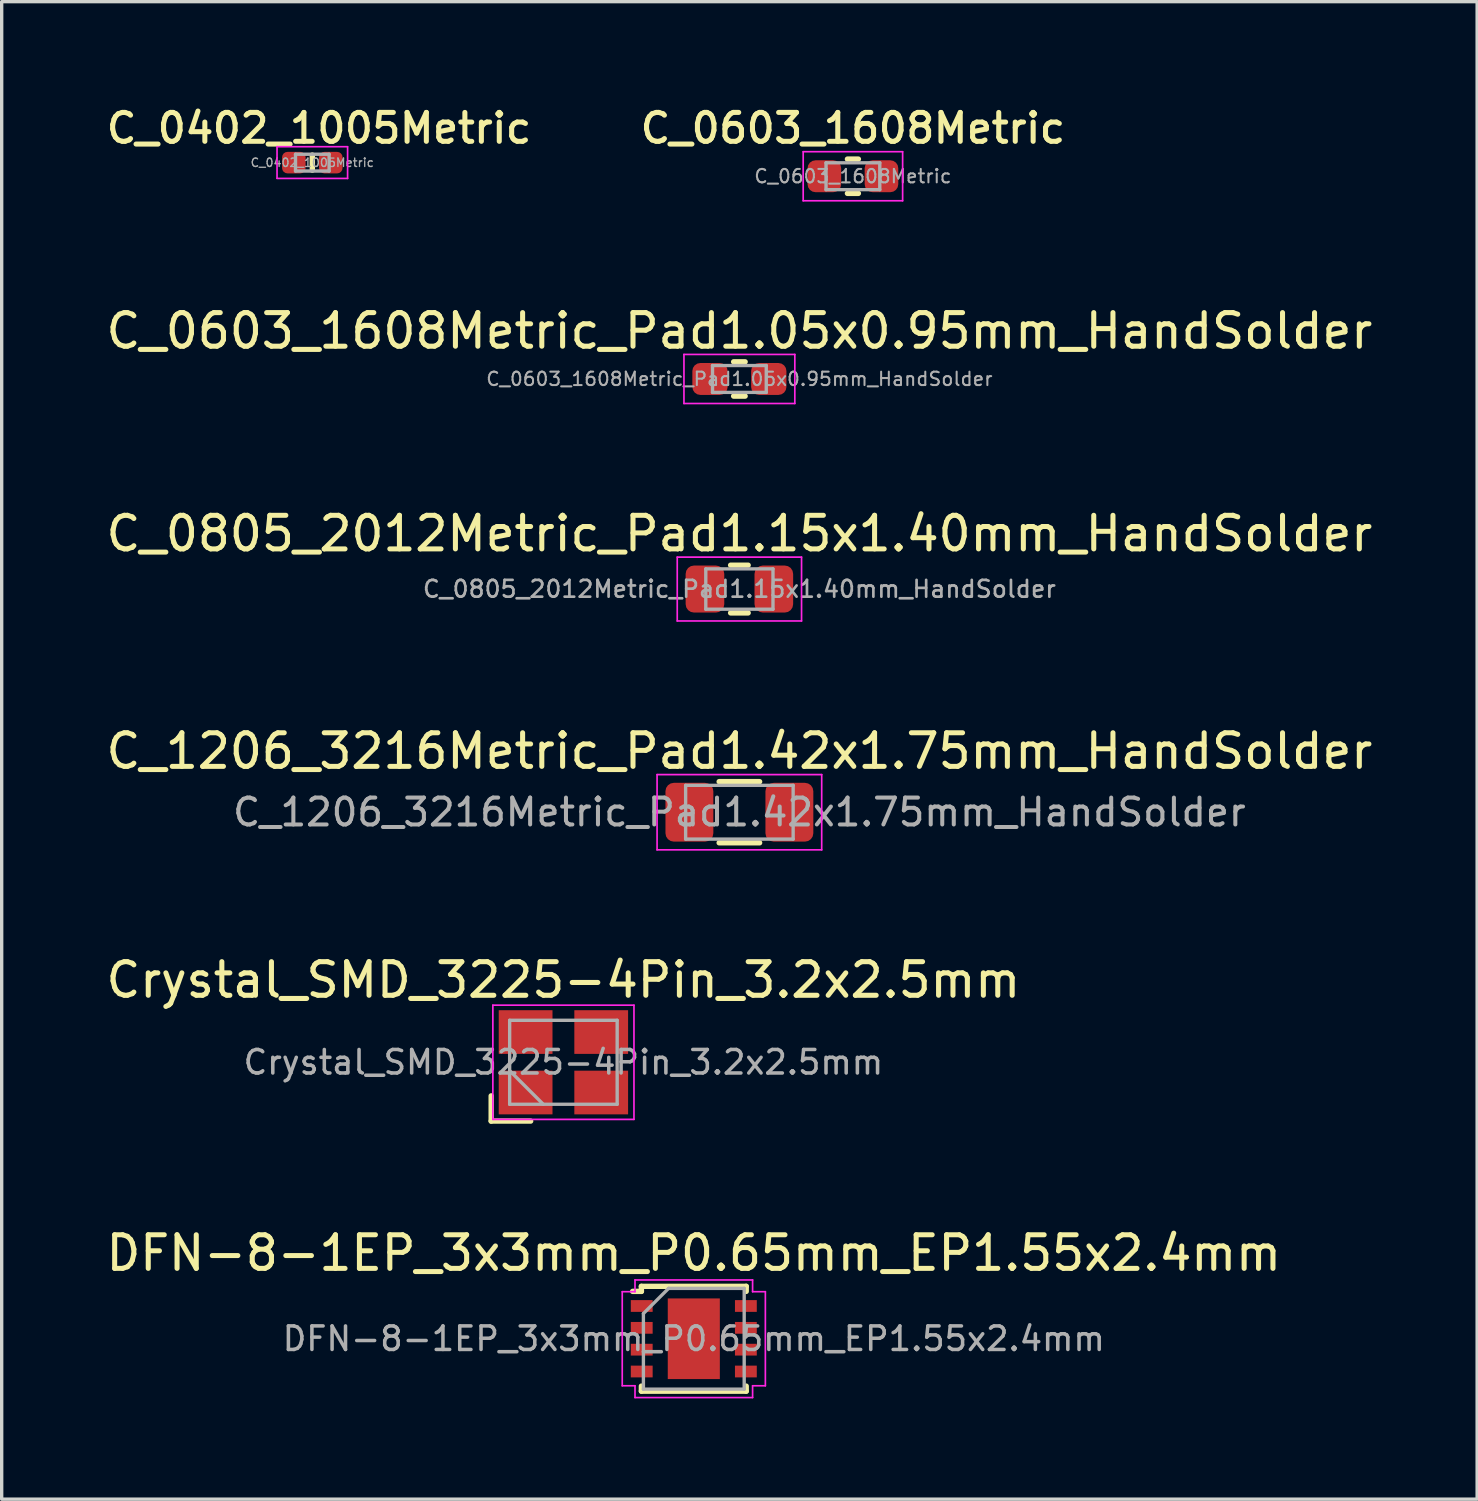
<source format=kicad_pcb>
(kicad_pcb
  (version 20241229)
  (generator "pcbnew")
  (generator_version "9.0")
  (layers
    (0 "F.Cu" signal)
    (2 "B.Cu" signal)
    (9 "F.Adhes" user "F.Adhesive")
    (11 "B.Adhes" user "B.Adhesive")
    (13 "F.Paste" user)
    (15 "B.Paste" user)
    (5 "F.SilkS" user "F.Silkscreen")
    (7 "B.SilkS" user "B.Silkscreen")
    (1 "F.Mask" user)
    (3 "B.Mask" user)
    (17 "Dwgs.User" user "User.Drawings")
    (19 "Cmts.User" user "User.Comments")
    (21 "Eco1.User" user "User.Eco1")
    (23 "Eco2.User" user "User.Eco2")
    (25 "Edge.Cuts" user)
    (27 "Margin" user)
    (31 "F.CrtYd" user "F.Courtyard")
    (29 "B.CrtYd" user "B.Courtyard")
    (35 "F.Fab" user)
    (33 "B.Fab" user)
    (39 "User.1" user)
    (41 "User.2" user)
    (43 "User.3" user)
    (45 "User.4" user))
  (footprint "C_0603_1608Metric_Pad1.05x0.95mm_HandSolder"
    (layer "F.Cu")
    (at 18.958 8.23)
    (property "Reference" "C_0603_1608Metric_Pad1.05x0.95mm_HandSolder" (at 0 -1.43 0) (layer "F.SilkS") (effects (font (size 1 1) (thickness 0.15))))
    (attr smd)
    (fp_line (start -0.171 -0.51) (end 0.171 -0.51) (stroke (width 0.16) (type solid)) (layer "F.SilkS"))
    (fp_line (start -0.171 0.51) (end 0.171 0.51) (stroke (width 0.16) (type solid)) (layer "F.SilkS"))
    (fp_line (start -1.65 -0.73) (end 1.65 -0.73) (stroke (width 0.05) (type solid)) (layer "F.CrtYd"))
    (fp_line (start -1.65 0.73) (end -1.65 -0.73) (stroke (width 0.05) (type solid)) (layer "F.CrtYd"))
    (fp_line (start 1.65 -0.73) (end 1.65 0.73) (stroke (width 0.05) (type solid)) (layer "F.CrtYd"))
    (fp_line (start 1.65 0.73) (end -1.65 0.73) (stroke (width 0.05) (type solid)) (layer "F.CrtYd"))
    (fp_line (start -0.8 -0.4) (end 0.8 -0.4) (stroke (width 0.1) (type solid)) (layer "F.Fab"))
    (fp_line (start -0.8 0.4) (end -0.8 -0.4) (stroke (width 0.1) (type solid)) (layer "F.Fab"))
    (fp_line (start 0.8 -0.4) (end 0.8 0.4) (stroke (width 0.1) (type solid)) (layer "F.Fab"))
    (fp_line (start 0.8 0.4) (end -0.8 0.4) (stroke (width 0.1) (type solid)) (layer "F.Fab"))
    (fp_text user "${REFERENCE}" (at 0 0 0) (layer "F.Fab") (effects (font (size 0.4 0.4) (thickness 0.06))))
    (pad "1" smd roundrect (at -0.875 0) (size 1.05 0.95) (layers "F.Cu" "F.Mask" "F.Paste") (roundrect_rratio 0.25))
    (pad "2" smd roundrect (at 0.875 0) (size 1.05 0.95) (layers "F.Cu" "F.Mask" "F.Paste") (roundrect_rratio 0.25)))
  (footprint "C_1206_3216Metric_Pad1.42x1.75mm_HandSolder"
    (layer "F.Cu")
    (at 18.958 21.126)
    (property "Reference" "C_1206_3216Metric_Pad1.42x1.75mm_HandSolder" (at 0 -1.82 0) (layer "F.SilkS") (effects (font (size 1 1) (thickness 0.15))))
    (attr smd)
    (fp_line (start -0.602 -0.91) (end 0.602 -0.91) (stroke (width 0.16) (type solid)) (layer "F.SilkS"))
    (fp_line (start -0.602 0.91) (end 0.602 0.91) (stroke (width 0.16) (type solid)) (layer "F.SilkS"))
    (fp_line (start -2.45 -1.12) (end 2.45 -1.12) (stroke (width 0.05) (type solid)) (layer "F.CrtYd"))
    (fp_line (start -2.45 1.12) (end -2.45 -1.12) (stroke (width 0.05) (type solid)) (layer "F.CrtYd"))
    (fp_line (start 2.45 -1.12) (end 2.45 1.12) (stroke (width 0.05) (type solid)) (layer "F.CrtYd"))
    (fp_line (start 2.45 1.12) (end -2.45 1.12) (stroke (width 0.05) (type solid)) (layer "F.CrtYd"))
    (fp_line (start -1.6 -0.8) (end 1.6 -0.8) (stroke (width 0.1) (type solid)) (layer "F.Fab"))
    (fp_line (start -1.6 0.8) (end -1.6 -0.8) (stroke (width 0.1) (type solid)) (layer "F.Fab"))
    (fp_line (start 1.6 -0.8) (end 1.6 0.8) (stroke (width 0.1) (type solid)) (layer "F.Fab"))
    (fp_line (start 1.6 0.8) (end -1.6 0.8) (stroke (width 0.1) (type solid)) (layer "F.Fab"))
    (fp_text user "${REFERENCE}" (at 0 0 0) (layer "F.Fab") (effects (font (size 0.8 0.8) (thickness 0.12))))
    (pad "1" smd roundrect (at -1.488 0) (size 1.425 1.75) (layers "F.Cu" "F.Mask" "F.Paste") (roundrect_rratio 0.175))
    (pad "2" smd roundrect (at 1.488 0) (size 1.425 1.75) (layers "F.Cu" "F.Mask" "F.Paste") (roundrect_rratio 0.175)))
  (footprint "DFN-8-1EP_3x3mm_P0.65mm_EP1.55x2.4mm"
    (layer "F.Cu")
    (at 17.601 36.798)
    (property "Reference" "DFN-8-1EP_3x3mm_P0.65mm_EP1.55x2.4mm" (at 0 -2.55 0) (layer "F.SilkS") (effects (font (size 1 1) (thickness 0.15))))
    (attr smd)
    (fp_line (start -1.56 -1.56) (end -1.56 -1.41) (stroke (width 0.16) (type solid)) (layer "F.SilkS"))
    (fp_line (start -1.56 -1.56) (end 1.56 -1.56) (stroke (width 0.16) (type solid)) (layer "F.SilkS"))
    (fp_line (start -1.56 -1.41) (end -1.82 -1.41) (stroke (width 0.16) (type solid)) (layer "F.SilkS"))
    (fp_line (start -1.56 1.56) (end -1.56 1.41) (stroke (width 0.16) (type solid)) (layer "F.SilkS"))
    (fp_line (start -1.56 1.56) (end 1.56 1.56) (stroke (width 0.16) (type solid)) (layer "F.SilkS"))
    (fp_line (start 1.56 -1.56) (end 1.56 -1.41) (stroke (width 0.16) (type solid)) (layer "F.SilkS"))
    (fp_line (start 1.56 1.56) (end 1.56 1.41) (stroke (width 0.16) (type solid)) (layer "F.SilkS"))
    (fp_line (start -2.13 -1.4) (end -2.13 1.4) (stroke (width 0.05) (type solid)) (layer "F.CrtYd"))
    (fp_line (start -1.75 -1.75) (end -1.75 -1.4) (stroke (width 0.05) (type solid)) (layer "F.CrtYd"))
    (fp_line (start -1.75 -1.75) (end 1.75 -1.75) (stroke (width 0.05) (type solid)) (layer "F.CrtYd"))
    (fp_line (start -1.75 -1.4) (end -2.13 -1.4) (stroke (width 0.05) (type solid)) (layer "F.CrtYd"))
    (fp_line (start -1.75 1.4) (end -2.13 1.4) (stroke (width 0.05) (type solid)) (layer "F.CrtYd"))
    (fp_line (start -1.75 1.75) (end -1.75 1.4) (stroke (width 0.05) (type solid)) (layer "F.CrtYd"))
    (fp_line (start -1.75 1.75) (end 1.75 1.75) (stroke (width 0.05) (type solid)) (layer "F.CrtYd"))
    (fp_line (start 1.75 -1.75) (end 1.75 -1.4) (stroke (width 0.05) (type solid)) (layer "F.CrtYd"))
    (fp_line (start 1.75 -1.4) (end 2.13 -1.4) (stroke (width 0.05) (type solid)) (layer "F.CrtYd"))
    (fp_line (start 1.75 1.4) (end 2.13 1.4) (stroke (width 0.05) (type solid)) (layer "F.CrtYd"))
    (fp_line (start 1.75 1.75) (end 1.75 1.4) (stroke (width 0.05) (type solid)) (layer "F.CrtYd"))
    (fp_line (start 2.13 -1.4) (end 2.13 1.4) (stroke (width 0.05) (type solid)) (layer "F.CrtYd"))
    (fp_line (start -1.5 -0.75) (end -0.75 -1.5) (stroke (width 0.1) (type solid)) (layer "F.Fab"))
    (fp_line (start -1.5 1.5) (end -1.5 -0.75) (stroke (width 0.1) (type solid)) (layer "F.Fab"))
    (fp_line (start -0.75 -1.5) (end 1.5 -1.5) (stroke (width 0.1) (type solid)) (layer "F.Fab"))
    (fp_line (start 1.5 -1.5) (end 1.5 1.5) (stroke (width 0.1) (type solid)) (layer "F.Fab"))
    (fp_line (start 1.5 1.5) (end -1.5 1.5) (stroke (width 0.1) (type solid)) (layer "F.Fab"))
    (fp_text user "${REFERENCE}" (at 0 0 0) (layer "F.Fab") (effects (font (size 0.7 0.7) (thickness 0.105))))
    (pad "" smd rect (at -0.388 -0.6) (size 0.6 1) (layers "F.Paste"))
    (pad "" smd rect (at -0.388 0.6) (size 0.6 1) (layers "F.Paste"))
    (pad "" smd rect (at 0.388 -0.6) (size 0.6 1) (layers "F.Paste"))
    (pad "" smd rect (at 0.388 0.6) (size 0.6 1) (layers "F.Paste"))
    (pad "1" smd rect (at -1.55 -0.975) (size 0.65 0.35) (layers "F.Cu" "F.Mask" "F.Paste"))
    (pad "2" smd rect (at -1.55 -0.325) (size 0.65 0.35) (layers "F.Cu" "F.Mask" "F.Paste"))
    (pad "3" smd rect (at -1.55 0.325) (size 0.65 0.35) (layers "F.Cu" "F.Mask" "F.Paste"))
    (pad "4" smd rect (at -1.55 0.975) (size 0.65 0.35) (layers "F.Cu" "F.Mask" "F.Paste"))
    (pad "5" smd rect (at 1.55 0.975) (size 0.65 0.35) (layers "F.Cu" "F.Mask" "F.Paste"))
    (pad "6" smd rect (at 1.55 0.325) (size 0.65 0.35) (layers "F.Cu" "F.Mask" "F.Paste"))
    (pad "7" smd rect (at 1.55 -0.325) (size 0.65 0.35) (layers "F.Cu" "F.Mask" "F.Paste"))
    (pad "8" smd rect (at 1.55 -0.975) (size 0.65 0.35) (layers "F.Cu" "F.Mask" "F.Paste"))
    (pad "9" smd rect (at 0 0) (size 1.55 2.4) (layers "F.Cu" "F.Mask")))
  (footprint "C_0402_1005Metric"
    (layer "F.Cu")
    (at 6.246 1.791)
    (property "Reference" "C_0402_1005Metric" (at 0.2 -1.025 0) (layer "F.SilkS") (effects (font (size 0.86 0.86) (thickness 0.15))))
    (attr smd)
    (fp_line (start 0 -0.225) (end 0 0.225) (stroke (width 0.16) (type solid)) (layer "F.SilkS"))
    (fp_line (start -1.05 -0.475) (end 1.05 -0.475) (stroke (width 0.05) (type solid)) (layer "F.CrtYd"))
    (fp_line (start -1.05 0.465) (end -1.05 -0.475) (stroke (width 0.05) (type solid)) (layer "F.CrtYd"))
    (fp_line (start 1.05 -0.47) (end 1.05 0.47) (stroke (width 0.05) (type solid)) (layer "F.CrtYd"))
    (fp_line (start 1.05 0.47) (end -1.05 0.47) (stroke (width 0.05) (type solid)) (layer "F.CrtYd"))
    (fp_line (start -0.5 -0.25) (end 0.5 -0.25) (stroke (width 0.1) (type solid)) (layer "F.Fab"))
    (fp_line (start -0.5 0.25) (end -0.5 -0.25) (stroke (width 0.1) (type solid)) (layer "F.Fab"))
    (fp_line (start 0.5 -0.25) (end 0.5 0.25) (stroke (width 0.1) (type solid)) (layer "F.Fab"))
    (fp_line (start 0.5 0.25) (end -0.5 0.25) (stroke (width 0.1) (type solid)) (layer "F.Fab"))
    (fp_text user "${REFERENCE}" (at 0 0 0) (layer "F.Fab") (effects (font (size 0.25 0.25) (thickness 0.04))))
    (pad "1" smd roundrect (at -0.55 0) (size 0.7 0.64) (layers "F.Cu" "F.Mask" "F.Paste") (roundrect_rratio 0.25))
    (pad "2" smd roundrect (at 0.55 0) (size 0.7 0.64) (layers "F.Cu" "F.Mask" "F.Paste") (roundrect_rratio 0.25)))
  (footprint "C_0603_1608Metric"
    (layer "F.Cu")
    (at 22.337 2.196)
    (property "Reference" "C_0603_1608Metric" (at 0 -1.43 0) (layer "F.SilkS") (effects (font (size 0.86 0.86) (thickness 0.15))))
    (attr smd)
    (fp_line (start -0.163 -0.51) (end 0.163 -0.51) (stroke (width 0.16) (type solid)) (layer "F.SilkS"))
    (fp_line (start -0.163 0.51) (end 0.163 0.51) (stroke (width 0.16) (type solid)) (layer "F.SilkS"))
    (fp_line (start -1.48 -0.73) (end 1.48 -0.73) (stroke (width 0.05) (type solid)) (layer "F.CrtYd"))
    (fp_line (start -1.48 0.73) (end -1.48 -0.73) (stroke (width 0.05) (type solid)) (layer "F.CrtYd"))
    (fp_line (start 1.48 -0.73) (end 1.48 0.73) (stroke (width 0.05) (type solid)) (layer "F.CrtYd"))
    (fp_line (start 1.48 0.73) (end -1.48 0.73) (stroke (width 0.05) (type solid)) (layer "F.CrtYd"))
    (fp_line (start -0.8 -0.4) (end 0.8 -0.4) (stroke (width 0.1) (type solid)) (layer "F.Fab"))
    (fp_line (start -0.8 0.4) (end -0.8 -0.4) (stroke (width 0.1) (type solid)) (layer "F.Fab"))
    (fp_line (start 0.8 -0.4) (end 0.8 0.4) (stroke (width 0.1) (type solid)) (layer "F.Fab"))
    (fp_line (start 0.8 0.4) (end -0.8 0.4) (stroke (width 0.1) (type solid)) (layer "F.Fab"))
    (fp_text user "${REFERENCE}" (at 0 0 0) (layer "F.Fab") (effects (font (size 0.4 0.4) (thickness 0.06))))
    (pad "1" smd roundrect (at -0.85 0) (size 1 0.95) (layers "F.Cu" "F.Mask" "F.Paste") (roundrect_rratio 0.25))
    (pad "2" smd roundrect (at 0.85 0) (size 1 0.95) (layers "F.Cu" "F.Mask" "F.Paste") (roundrect_rratio 0.25)))
  (footprint "Crystal_SMD_3225-4Pin_3.2x2.5mm"
    (layer "F.Cu")
    (at 13.72 28.569)
    (property "Reference" "Crystal_SMD_3225-4Pin_3.2x2.5mm" (at 0 -2.45 0) (layer "F.SilkS") (effects (font (size 1 1) (thickness 0.15))))
    (attr smd)
    (fp_line (start -2.15 1) (end -2.15 1.75) (stroke (width 0.16) (type solid)) (layer "F.SilkS"))
    (fp_line (start -2.15 1.75) (end -0.975 1.75) (stroke (width 0.16) (type solid)) (layer "F.SilkS"))
    (fp_line (start -2.1 -1.7) (end -2.1 1.7) (stroke (width 0.05) (type solid)) (layer "F.CrtYd"))
    (fp_line (start -2.1 1.7) (end 2.1 1.7) (stroke (width 0.05) (type solid)) (layer "F.CrtYd"))
    (fp_line (start 2.1 -1.7) (end -2.1 -1.7) (stroke (width 0.05) (type solid)) (layer "F.CrtYd"))
    (fp_line (start 2.1 1.7) (end 2.1 -1.7) (stroke (width 0.05) (type solid)) (layer "F.CrtYd"))
    (fp_line (start -1.6 -1.25) (end -1.6 1.25) (stroke (width 0.1) (type solid)) (layer "F.Fab"))
    (fp_line (start -1.6 0.25) (end -0.6 1.25) (stroke (width 0.1) (type solid)) (layer "F.Fab"))
    (fp_line (start -1.6 1.25) (end 1.6 1.25) (stroke (width 0.1) (type solid)) (layer "F.Fab"))
    (fp_line (start 1.6 -1.25) (end -1.6 -1.25) (stroke (width 0.1) (type solid)) (layer "F.Fab"))
    (fp_line (start 1.6 1.25) (end 1.6 -1.25) (stroke (width 0.1) (type solid)) (layer "F.Fab"))
    (fp_text user "${REFERENCE}" (at 0 0 0) (layer "F.Fab") (effects (font (size 0.7 0.7) (thickness 0.105))))
    (pad "1" smd rect (at -1.125 0.9) (size 1.6 1.3) (layers "F.Cu" "F.Mask" "F.Paste"))
    (pad "2" smd rect (at 1.125 0.9) (size 1.6 1.3) (layers "F.Cu" "F.Mask" "F.Paste"))
    (pad "3" smd rect (at 1.125 -0.9) (size 1.6 1.3) (layers "F.Cu" "F.Mask" "F.Paste"))
    (pad "4" smd rect (at -1.125 -0.9) (size 1.6 1.3) (layers "F.Cu" "F.Mask" "F.Paste")))
  (footprint "C_0805_2012Metric_Pad1.15x1.40mm_HandSolder"
    (layer "F.Cu")
    (at 18.958 14.483)
    (property "Reference" "C_0805_2012Metric_Pad1.15x1.40mm_HandSolder" (at 0 -1.65 0) (layer "F.SilkS") (effects (font (size 1 1) (thickness 0.15))))
    (attr smd)
    (fp_line (start -0.261 -0.71) (end 0.261 -0.71) (stroke (width 0.16) (type solid)) (layer "F.SilkS"))
    (fp_line (start -0.261 0.71) (end 0.261 0.71) (stroke (width 0.16) (type solid)) (layer "F.SilkS"))
    (fp_line (start -1.85 -0.95) (end 1.85 -0.95) (stroke (width 0.05) (type solid)) (layer "F.CrtYd"))
    (fp_line (start -1.85 0.95) (end -1.85 -0.95) (stroke (width 0.05) (type solid)) (layer "F.CrtYd"))
    (fp_line (start 1.85 -0.95) (end 1.85 0.95) (stroke (width 0.05) (type solid)) (layer "F.CrtYd"))
    (fp_line (start 1.85 0.95) (end -1.85 0.95) (stroke (width 0.05) (type solid)) (layer "F.CrtYd"))
    (fp_line (start -1 -0.6) (end 1 -0.6) (stroke (width 0.1) (type solid)) (layer "F.Fab"))
    (fp_line (start -1 0.6) (end -1 -0.6) (stroke (width 0.1) (type solid)) (layer "F.Fab"))
    (fp_line (start 1 -0.6) (end 1 0.6) (stroke (width 0.1) (type solid)) (layer "F.Fab"))
    (fp_line (start 1 0.6) (end -1 0.6) (stroke (width 0.1) (type solid)) (layer "F.Fab"))
    (fp_text user "${REFERENCE}" (at 0 0 0) (layer "F.Fab") (effects (font (size 0.5 0.5) (thickness 0.08))))
    (pad "1" smd roundrect (at -1.025 0) (size 1.15 1.4) (layers "F.Cu" "F.Mask" "F.Paste") (roundrect_rratio 0.217))
    (pad "2" smd roundrect (at 1.025 0) (size 1.15 1.4) (layers "F.Cu" "F.Mask" "F.Paste") (roundrect_rratio 0.217)))
  (gr_rect
    (start -3 -3)
    (end 40.917 41.573)
    (stroke (width 0.1) (type default))
    (fill no)
    (layer "Edge.Cuts")))
</source>
